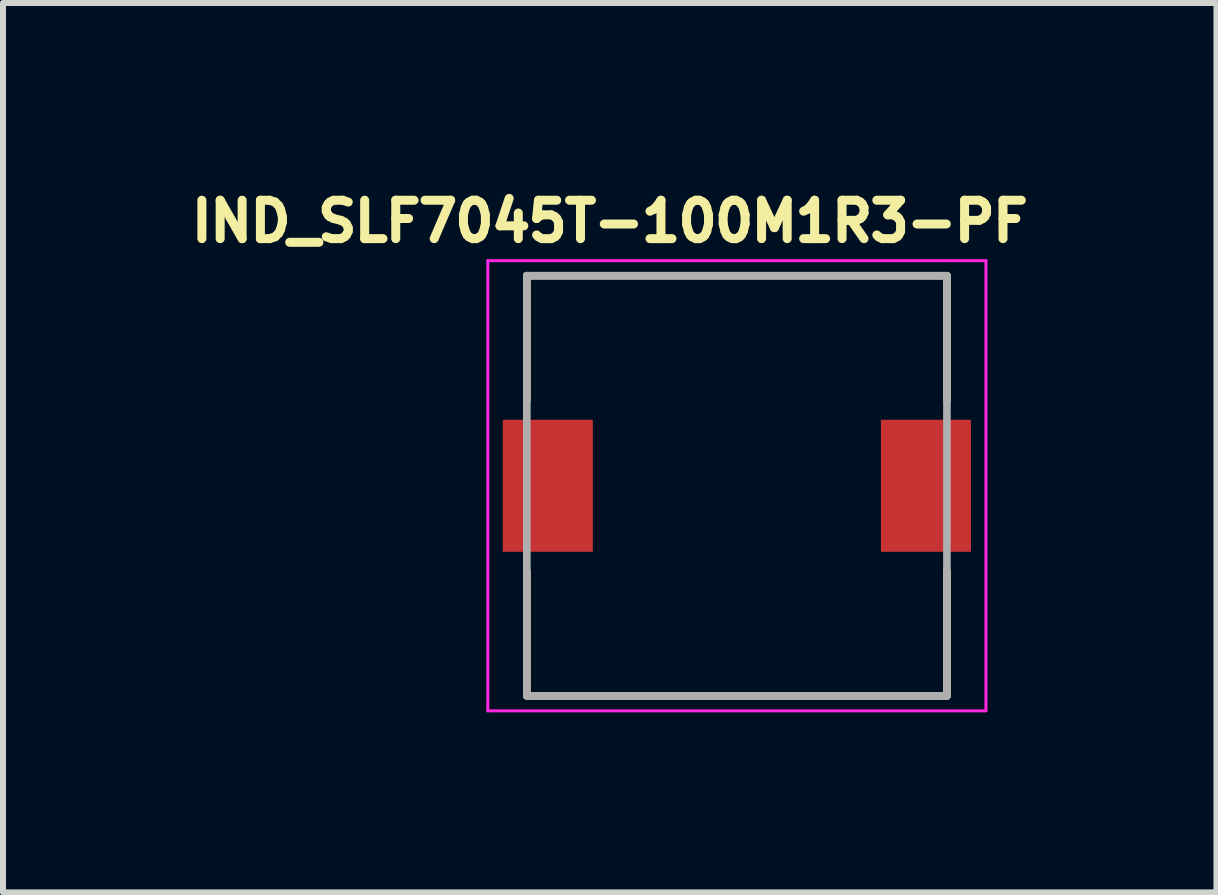
<source format=kicad_pcb>
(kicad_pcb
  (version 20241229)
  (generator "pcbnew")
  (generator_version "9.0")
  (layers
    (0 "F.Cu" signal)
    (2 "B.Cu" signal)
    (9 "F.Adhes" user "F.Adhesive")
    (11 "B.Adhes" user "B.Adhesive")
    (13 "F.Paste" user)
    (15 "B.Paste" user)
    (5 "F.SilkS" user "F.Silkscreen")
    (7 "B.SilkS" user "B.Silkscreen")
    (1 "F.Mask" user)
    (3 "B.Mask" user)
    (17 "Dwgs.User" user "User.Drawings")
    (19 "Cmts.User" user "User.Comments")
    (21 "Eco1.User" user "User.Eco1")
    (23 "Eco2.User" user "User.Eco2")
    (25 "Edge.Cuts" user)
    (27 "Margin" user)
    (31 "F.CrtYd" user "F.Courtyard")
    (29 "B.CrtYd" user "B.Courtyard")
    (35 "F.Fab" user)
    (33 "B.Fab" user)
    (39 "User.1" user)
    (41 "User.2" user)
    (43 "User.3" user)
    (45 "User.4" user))
  (footprint "IND_SLF7045T-100M1R3-PF"
    (layer "F.Cu")
    (at 9.228 5.044)
    (property "Reference" "IND_SLF7045T-100M1R3-PF" (at -2.118 -4.406 0) (layer "F.SilkS") (effects (font (size 0.64 0.64) (thickness 0.15))))
    (attr smd)
    (fp_line (start -3.5 -3.5) (end -3.5 -1.42) (stroke (width 0.127) (type solid)) (layer "F.SilkS"))
    (fp_line (start -3.5 -3.5) (end 3.5 -3.5) (stroke (width 0.127) (type solid)) (layer "F.SilkS"))
    (fp_line (start -3.5 3.5) (end -3.5 1.42) (stroke (width 0.127) (type solid)) (layer "F.SilkS"))
    (fp_line (start -3.5 3.5) (end 3.5 3.5) (stroke (width 0.127) (type solid)) (layer "F.SilkS"))
    (fp_line (start 3.5 -3.5) (end 3.5 -1.42) (stroke (width 0.127) (type solid)) (layer "F.SilkS"))
    (fp_line (start 3.5 3.5) (end 3.5 1.42) (stroke (width 0.127) (type solid)) (layer "F.SilkS"))
    (fp_line (start -4.15 -3.75) (end -4.15 3.75) (stroke (width 0.05) (type solid)) (layer "F.CrtYd"))
    (fp_line (start -4.15 3.75) (end 4.15 3.75) (stroke (width 0.05) (type solid)) (layer "F.CrtYd"))
    (fp_line (start 4.15 -3.75) (end -4.15 -3.75) (stroke (width 0.05) (type solid)) (layer "F.CrtYd"))
    (fp_line (start 4.15 3.75) (end 4.15 -3.75) (stroke (width 0.05) (type solid)) (layer "F.CrtYd"))
    (fp_line (start -3.5 -3.5) (end -3.5 3.5) (stroke (width 0.127) (type solid)) (layer "F.Fab"))
    (fp_line (start -3.5 -3.5) (end 3.5 -3.5) (stroke (width 0.127) (type solid)) (layer "F.Fab"))
    (fp_line (start -3.5 3.5) (end 3.5 3.5) (stroke (width 0.127) (type solid)) (layer "F.Fab"))
    (fp_line (start 3.5 -3.5) (end 3.5 3.5) (stroke (width 0.127) (type solid)) (layer "F.Fab"))
    (pad "1" smd rect (at -3.15 0) (size 1.5 2.2) (layers "F.Cu" "F.Mask" "F.Paste"))
    (pad "2" smd rect (at 3.15 0) (size 1.5 2.2) (layers "F.Cu" "F.Mask" "F.Paste")))
  (gr_rect
    (start -3 -3)
    (end 17.219 11.819)
    (stroke (width 0.1) (type default))
    (fill no)
    (layer "Edge.Cuts")))
</source>
